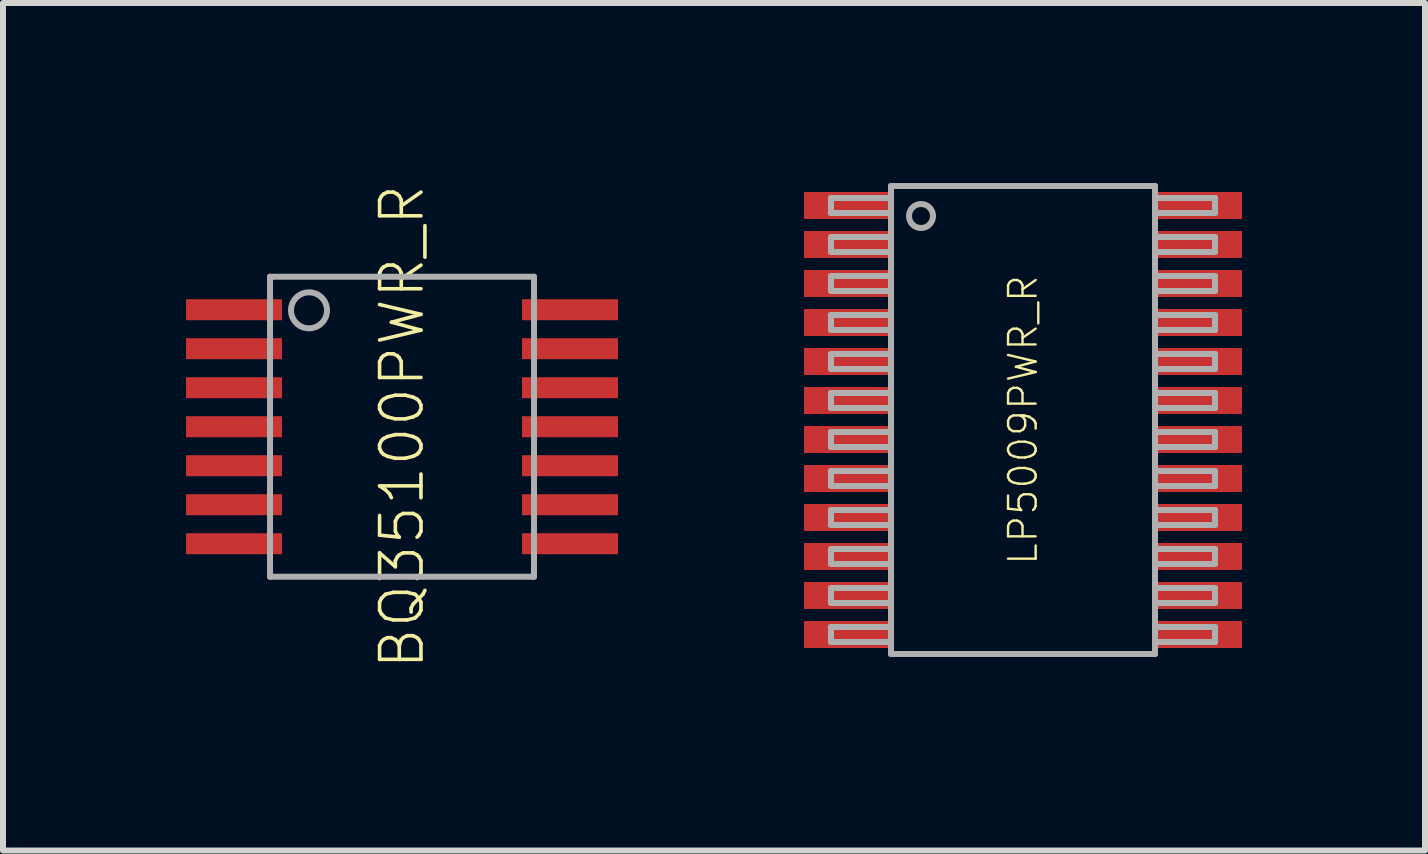
<source format=kicad_pcb>
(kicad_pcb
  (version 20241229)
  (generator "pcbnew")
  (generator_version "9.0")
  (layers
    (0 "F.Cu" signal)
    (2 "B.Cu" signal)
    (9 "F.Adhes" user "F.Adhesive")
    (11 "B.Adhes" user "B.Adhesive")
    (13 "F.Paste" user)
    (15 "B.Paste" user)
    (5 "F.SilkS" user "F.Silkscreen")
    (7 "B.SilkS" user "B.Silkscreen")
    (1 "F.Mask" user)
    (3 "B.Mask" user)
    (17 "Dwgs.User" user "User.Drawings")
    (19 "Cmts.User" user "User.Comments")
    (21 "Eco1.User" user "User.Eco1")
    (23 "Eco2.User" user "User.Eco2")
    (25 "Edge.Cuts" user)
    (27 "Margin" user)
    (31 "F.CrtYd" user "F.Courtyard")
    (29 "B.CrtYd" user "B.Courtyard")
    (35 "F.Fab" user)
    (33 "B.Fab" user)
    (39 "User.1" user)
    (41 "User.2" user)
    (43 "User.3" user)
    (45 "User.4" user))
  (footprint "LP5009PWR_R"
    (layer "F.Cu")
    (at 14 3.95)
    (property "Reference" "LP5009PWR_R" (at 0 0 90) (unlocked yes) (layer "F.SilkS") (effects (font (size 0.46 0.46) (thickness 0.04))))
    (fp_poly (pts (xy -3.7 -3.3) (xy -2.1 -3.3) (xy -2.1 -3.85) (xy -3.7 -3.85)) (stroke (width 0) (type default)) (fill yes) (layer "F.Mask"))
    (fp_poly (pts (xy -3.7 -2.65) (xy -2.1 -2.65) (xy -2.1 -3.2) (xy -3.7 -3.2)) (stroke (width 0) (type default)) (fill yes) (layer "F.Mask"))
    (fp_poly (pts (xy -3.7 -2) (xy -2.1 -2) (xy -2.1 -2.55) (xy -3.7 -2.55)) (stroke (width 0) (type default)) (fill yes) (layer "F.Mask"))
    (fp_poly (pts (xy -3.7 -1.35) (xy -2.1 -1.35) (xy -2.1 -1.9) (xy -3.7 -1.9)) (stroke (width 0) (type default)) (fill yes) (layer "F.Mask"))
    (fp_poly (pts (xy -3.7 -0.7) (xy -2.1 -0.7) (xy -2.1 -1.25) (xy -3.7 -1.25)) (stroke (width 0) (type default)) (fill yes) (layer "F.Mask"))
    (fp_poly (pts (xy -3.7 -0.05) (xy -2.1 -0.05) (xy -2.1 -0.6) (xy -3.7 -0.6)) (stroke (width 0) (type default)) (fill yes) (layer "F.Mask"))
    (fp_poly (pts (xy -3.7 0.6) (xy -2.1 0.6) (xy -2.1 0.05) (xy -3.7 0.05)) (stroke (width 0) (type default)) (fill yes) (layer "F.Mask"))
    (fp_poly (pts (xy -3.7 1.25) (xy -2.1 1.25) (xy -2.1 0.7) (xy -3.7 0.7)) (stroke (width 0) (type default)) (fill yes) (layer "F.Mask"))
    (fp_poly (pts (xy -3.7 1.9) (xy -2.1 1.9) (xy -2.1 1.35) (xy -3.7 1.35)) (stroke (width 0) (type default)) (fill yes) (layer "F.Mask"))
    (fp_poly (pts (xy -3.7 2.55) (xy -2.1 2.55) (xy -2.1 2) (xy -3.7 2)) (stroke (width 0) (type default)) (fill yes) (layer "F.Mask"))
    (fp_poly (pts (xy -3.7 3.2) (xy -2.1 3.2) (xy -2.1 2.65) (xy -3.7 2.65)) (stroke (width 0) (type default)) (fill yes) (layer "F.Mask"))
    (fp_poly (pts (xy -3.7 3.85) (xy -2.1 3.85) (xy -2.1 3.3) (xy -3.7 3.3)) (stroke (width 0) (type default)) (fill yes) (layer "F.Mask"))
    (fp_poly (pts (xy 3.7 -3.85) (xy 2.1 -3.85) (xy 2.1 -3.3) (xy 3.7 -3.3)) (stroke (width 0) (type default)) (fill yes) (layer "F.Mask"))
    (fp_poly (pts (xy 3.7 -3.2) (xy 2.1 -3.2) (xy 2.1 -2.65) (xy 3.7 -2.65)) (stroke (width 0) (type default)) (fill yes) (layer "F.Mask"))
    (fp_poly (pts (xy 3.7 -2.55) (xy 2.1 -2.55) (xy 2.1 -2) (xy 3.7 -2)) (stroke (width 0) (type default)) (fill yes) (layer "F.Mask"))
    (fp_poly (pts (xy 3.7 -1.9) (xy 2.1 -1.9) (xy 2.1 -1.35) (xy 3.7 -1.35)) (stroke (width 0) (type default)) (fill yes) (layer "F.Mask"))
    (fp_poly (pts (xy 3.7 -1.25) (xy 2.1 -1.25) (xy 2.1 -0.7) (xy 3.7 -0.7)) (stroke (width 0) (type default)) (fill yes) (layer "F.Mask"))
    (fp_poly (pts (xy 3.7 -0.6) (xy 2.1 -0.6) (xy 2.1 -0.05) (xy 3.7 -0.05)) (stroke (width 0) (type default)) (fill yes) (layer "F.Mask"))
    (fp_poly (pts (xy 3.7 0.05) (xy 2.1 0.05) (xy 2.1 0.6) (xy 3.7 0.6)) (stroke (width 0) (type default)) (fill yes) (layer "F.Mask"))
    (fp_poly (pts (xy 3.7 0.7) (xy 2.1 0.7) (xy 2.1 1.25) (xy 3.7 1.25)) (stroke (width 0) (type default)) (fill yes) (layer "F.Mask"))
    (fp_poly (pts (xy 3.7 1.35) (xy 2.1 1.35) (xy 2.1 1.9) (xy 3.7 1.9)) (stroke (width 0) (type default)) (fill yes) (layer "F.Mask"))
    (fp_poly (pts (xy 3.7 2) (xy 2.1 2) (xy 2.1 2.55) (xy 3.7 2.55)) (stroke (width 0) (type default)) (fill yes) (layer "F.Mask"))
    (fp_poly (pts (xy 3.7 2.65) (xy 2.1 2.65) (xy 2.1 3.2) (xy 3.7 3.2)) (stroke (width 0) (type default)) (fill yes) (layer "F.Mask"))
    (fp_poly (pts (xy 3.7 3.3) (xy 2.1 3.3) (xy 2.1 3.85) (xy 3.7 3.85)) (stroke (width 0) (type default)) (fill yes) (layer "F.Mask"))
    (fp_poly (pts (xy -2.15 -3.35) (xy -3.65 -3.35) (xy -3.65 -3.8) (xy -2.15 -3.8)) (stroke (width 0) (type default)) (fill yes) (layer "F.Paste"))
    (fp_poly (pts (xy -2.15 -2.7) (xy -3.65 -2.7) (xy -3.65 -3.15) (xy -2.15 -3.15)) (stroke (width 0) (type default)) (fill yes) (layer "F.Paste"))
    (fp_poly (pts (xy -2.15 -2.05) (xy -3.65 -2.05) (xy -3.65 -2.5) (xy -2.15 -2.5)) (stroke (width 0) (type default)) (fill yes) (layer "F.Paste"))
    (fp_poly (pts (xy -2.15 -1.4) (xy -3.65 -1.4) (xy -3.65 -1.85) (xy -2.15 -1.85)) (stroke (width 0) (type default)) (fill yes) (layer "F.Paste"))
    (fp_poly (pts (xy -2.15 -0.75) (xy -3.65 -0.75) (xy -3.65 -1.2) (xy -2.15 -1.2)) (stroke (width 0) (type default)) (fill yes) (layer "F.Paste"))
    (fp_poly (pts (xy -2.15 -0.1) (xy -3.65 -0.1) (xy -3.65 -0.55) (xy -2.15 -0.55)) (stroke (width 0) (type default)) (fill yes) (layer "F.Paste"))
    (fp_poly (pts (xy -2.15 0.55) (xy -3.65 0.55) (xy -3.65 0.1) (xy -2.15 0.1)) (stroke (width 0) (type default)) (fill yes) (layer "F.Paste"))
    (fp_poly (pts (xy -2.15 1.2) (xy -3.65 1.2) (xy -3.65 0.75) (xy -2.15 0.75)) (stroke (width 0) (type default)) (fill yes) (layer "F.Paste"))
    (fp_poly (pts (xy -2.15 1.85) (xy -3.65 1.85) (xy -3.65 1.4) (xy -2.15 1.4)) (stroke (width 0) (type default)) (fill yes) (layer "F.Paste"))
    (fp_poly (pts (xy -2.15 2.5) (xy -3.65 2.5) (xy -3.65 2.05) (xy -2.15 2.05)) (stroke (width 0) (type default)) (fill yes) (layer "F.Paste"))
    (fp_poly (pts (xy -2.15 3.15) (xy -3.65 3.15) (xy -3.65 2.7) (xy -2.15 2.7)) (stroke (width 0) (type default)) (fill yes) (layer "F.Paste"))
    (fp_poly (pts (xy -2.15 3.8) (xy -3.65 3.8) (xy -3.65 3.35) (xy -2.15 3.35)) (stroke (width 0) (type default)) (fill yes) (layer "F.Paste"))
    (fp_poly (pts (xy 3.65 -3.35) (xy 2.15 -3.35) (xy 2.15 -3.8) (xy 3.65 -3.8)) (stroke (width 0) (type default)) (fill yes) (layer "F.Paste"))
    (fp_poly (pts (xy 3.65 -2.7) (xy 2.15 -2.7) (xy 2.15 -3.15) (xy 3.65 -3.15)) (stroke (width 0) (type default)) (fill yes) (layer "F.Paste"))
    (fp_poly (pts (xy 3.65 -2.05) (xy 2.15 -2.05) (xy 2.15 -2.5) (xy 3.65 -2.5)) (stroke (width 0) (type default)) (fill yes) (layer "F.Paste"))
    (fp_poly (pts (xy 3.65 -1.4) (xy 2.15 -1.4) (xy 2.15 -1.85) (xy 3.65 -1.85)) (stroke (width 0) (type default)) (fill yes) (layer "F.Paste"))
    (fp_poly (pts (xy 3.65 -0.75) (xy 2.15 -0.75) (xy 2.15 -1.2) (xy 3.65 -1.2)) (stroke (width 0) (type default)) (fill yes) (layer "F.Paste"))
    (fp_poly (pts (xy 3.65 -0.1) (xy 2.15 -0.1) (xy 2.15 -0.55) (xy 3.65 -0.55)) (stroke (width 0) (type default)) (fill yes) (layer "F.Paste"))
    (fp_poly (pts (xy 3.65 0.55) (xy 2.15 0.55) (xy 2.15 0.1) (xy 3.65 0.1)) (stroke (width 0) (type default)) (fill yes) (layer "F.Paste"))
    (fp_poly (pts (xy 3.65 1.2) (xy 2.15 1.2) (xy 2.15 0.75) (xy 3.65 0.75)) (stroke (width 0) (type default)) (fill yes) (layer "F.Paste"))
    (fp_poly (pts (xy 3.65 1.85) (xy 2.15 1.85) (xy 2.15 1.4) (xy 3.65 1.4)) (stroke (width 0) (type default)) (fill yes) (layer "F.Paste"))
    (fp_poly (pts (xy 3.65 2.5) (xy 2.15 2.5) (xy 2.15 2.05) (xy 3.65 2.05)) (stroke (width 0) (type default)) (fill yes) (layer "F.Paste"))
    (fp_poly (pts (xy 3.65 3.15) (xy 2.15 3.15) (xy 2.15 2.7) (xy 3.65 2.7)) (stroke (width 0) (type default)) (fill yes) (layer "F.Paste"))
    (fp_poly (pts (xy 3.65 3.8) (xy 2.15 3.8) (xy 2.15 3.35) (xy 3.65 3.35)) (stroke (width 0) (type default)) (fill yes) (layer "F.Paste"))
    (fp_line (start -3.2 -3.7) (end -3.2 -3.45) (stroke (width 0.1) (type solid)) (layer "F.Fab"))
    (fp_line (start -3.2 -3.45) (end -2.2 -3.45) (stroke (width 0.1) (type solid)) (layer "F.Fab"))
    (fp_line (start -3.2 -3.05) (end -3.2 -2.8) (stroke (width 0.1) (type solid)) (layer "F.Fab"))
    (fp_line (start -3.2 -2.8) (end -2.2 -2.8) (stroke (width 0.1) (type solid)) (layer "F.Fab"))
    (fp_line (start -3.2 -2.4) (end -3.2 -2.15) (stroke (width 0.1) (type solid)) (layer "F.Fab"))
    (fp_line (start -3.2 -2.15) (end -2.2 -2.15) (stroke (width 0.1) (type solid)) (layer "F.Fab"))
    (fp_line (start -3.2 -1.75) (end -3.2 -1.5) (stroke (width 0.1) (type solid)) (layer "F.Fab"))
    (fp_line (start -3.2 -1.5) (end -2.2 -1.5) (stroke (width 0.1) (type solid)) (layer "F.Fab"))
    (fp_line (start -3.2 -1.1) (end -3.2 -0.85) (stroke (width 0.1) (type solid)) (layer "F.Fab"))
    (fp_line (start -3.2 -0.85) (end -2.2 -0.85) (stroke (width 0.1) (type solid)) (layer "F.Fab"))
    (fp_line (start -3.2 -0.45) (end -3.2 -0.2) (stroke (width 0.1) (type solid)) (layer "F.Fab"))
    (fp_line (start -3.2 -0.2) (end -2.2 -0.2) (stroke (width 0.1) (type solid)) (layer "F.Fab"))
    (fp_line (start -3.2 0.2) (end -3.2 0.45) (stroke (width 0.1) (type solid)) (layer "F.Fab"))
    (fp_line (start -3.2 0.45) (end -2.2 0.45) (stroke (width 0.1) (type solid)) (layer "F.Fab"))
    (fp_line (start -3.2 0.85) (end -3.2 1.1) (stroke (width 0.1) (type solid)) (layer "F.Fab"))
    (fp_line (start -3.2 1.1) (end -2.2 1.1) (stroke (width 0.1) (type solid)) (layer "F.Fab"))
    (fp_line (start -3.2 1.5) (end -3.2 1.75) (stroke (width 0.1) (type solid)) (layer "F.Fab"))
    (fp_line (start -3.2 1.75) (end -2.2 1.75) (stroke (width 0.1) (type solid)) (layer "F.Fab"))
    (fp_line (start -3.2 2.15) (end -3.2 2.4) (stroke (width 0.1) (type solid)) (layer "F.Fab"))
    (fp_line (start -3.2 2.4) (end -2.2 2.4) (stroke (width 0.1) (type solid)) (layer "F.Fab"))
    (fp_line (start -3.2 2.8) (end -3.2 3.05) (stroke (width 0.1) (type solid)) (layer "F.Fab"))
    (fp_line (start -3.2 3.05) (end -2.2 3.05) (stroke (width 0.1) (type solid)) (layer "F.Fab"))
    (fp_line (start -3.2 3.45) (end -3.2 3.7) (stroke (width 0.1) (type solid)) (layer "F.Fab"))
    (fp_line (start -3.2 3.7) (end -2.2 3.7) (stroke (width 0.1) (type solid)) (layer "F.Fab"))
    (fp_line (start -2.2 -3.9) (end -2.2 -3.7) (stroke (width 0.1) (type solid)) (layer "F.Fab"))
    (fp_line (start -2.2 -3.7) (end -3.2 -3.7) (stroke (width 0.1) (type solid)) (layer "F.Fab"))
    (fp_line (start -2.2 -3.7) (end -2.2 -3.45) (stroke (width 0.1) (type solid)) (layer "F.Fab"))
    (fp_line (start -2.2 -3.45) (end -2.2 3.9) (stroke (width 0.1) (type solid)) (layer "F.Fab"))
    (fp_line (start -2.2 -3.05) (end -3.2 -3.05) (stroke (width 0.1) (type solid)) (layer "F.Fab"))
    (fp_line (start -2.2 -2.4) (end -3.2 -2.4) (stroke (width 0.1) (type solid)) (layer "F.Fab"))
    (fp_line (start -2.2 -1.75) (end -3.2 -1.75) (stroke (width 0.1) (type solid)) (layer "F.Fab"))
    (fp_line (start -2.2 -1.1) (end -3.2 -1.1) (stroke (width 0.1) (type solid)) (layer "F.Fab"))
    (fp_line (start -2.2 -0.45) (end -3.2 -0.45) (stroke (width 0.1) (type solid)) (layer "F.Fab"))
    (fp_line (start -2.2 0.2) (end -3.2 0.2) (stroke (width 0.1) (type solid)) (layer "F.Fab"))
    (fp_line (start -2.2 0.85) (end -3.2 0.85) (stroke (width 0.1) (type solid)) (layer "F.Fab"))
    (fp_line (start -2.2 1.5) (end -3.2 1.5) (stroke (width 0.1) (type solid)) (layer "F.Fab"))
    (fp_line (start -2.2 2.15) (end -3.2 2.15) (stroke (width 0.1) (type solid)) (layer "F.Fab"))
    (fp_line (start -2.2 2.8) (end -3.2 2.8) (stroke (width 0.1) (type solid)) (layer "F.Fab"))
    (fp_line (start -2.2 3.45) (end -3.2 3.45) (stroke (width 0.1) (type solid)) (layer "F.Fab"))
    (fp_line (start -2.2 3.9) (end 2.2 3.9) (stroke (width 0.1) (type solid)) (layer "F.Fab"))
    (fp_line (start 2.2 -3.9) (end -2.2 -3.9) (stroke (width 0.1) (type solid)) (layer "F.Fab"))
    (fp_line (start 2.2 -3.45) (end 3.2 -3.45) (stroke (width 0.1) (type solid)) (layer "F.Fab"))
    (fp_line (start 2.2 -2.8) (end 3.2 -2.8) (stroke (width 0.1) (type solid)) (layer "F.Fab"))
    (fp_line (start 2.2 -2.15) (end 3.2 -2.15) (stroke (width 0.1) (type solid)) (layer "F.Fab"))
    (fp_line (start 2.2 -1.5) (end 3.2 -1.5) (stroke (width 0.1) (type solid)) (layer "F.Fab"))
    (fp_line (start 2.2 -0.85) (end 3.2 -0.85) (stroke (width 0.1) (type solid)) (layer "F.Fab"))
    (fp_line (start 2.2 -0.2) (end 3.2 -0.2) (stroke (width 0.1) (type solid)) (layer "F.Fab"))
    (fp_line (start 2.2 0.45) (end 3.2 0.45) (stroke (width 0.1) (type solid)) (layer "F.Fab"))
    (fp_line (start 2.2 1.1) (end 3.2 1.1) (stroke (width 0.1) (type solid)) (layer "F.Fab"))
    (fp_line (start 2.2 1.75) (end 3.2 1.75) (stroke (width 0.1) (type solid)) (layer "F.Fab"))
    (fp_line (start 2.2 2.4) (end 3.2 2.4) (stroke (width 0.1) (type solid)) (layer "F.Fab"))
    (fp_line (start 2.2 3.05) (end 3.2 3.05) (stroke (width 0.1) (type solid)) (layer "F.Fab"))
    (fp_line (start 2.2 3.7) (end 3.2 3.7) (stroke (width 0.1) (type solid)) (layer "F.Fab"))
    (fp_line (start 2.2 3.9) (end 2.2 -3.9) (stroke (width 0.1) (type solid)) (layer "F.Fab"))
    (fp_line (start 3.2 -3.7) (end 2.2 -3.7) (stroke (width 0.1) (type solid)) (layer "F.Fab"))
    (fp_line (start 3.2 -3.45) (end 3.2 -3.7) (stroke (width 0.1) (type solid)) (layer "F.Fab"))
    (fp_line (start 3.2 -3.05) (end 2.2 -3.05) (stroke (width 0.1) (type solid)) (layer "F.Fab"))
    (fp_line (start 3.2 -2.8) (end 3.2 -3.05) (stroke (width 0.1) (type solid)) (layer "F.Fab"))
    (fp_line (start 3.2 -2.4) (end 2.2 -2.4) (stroke (width 0.1) (type solid)) (layer "F.Fab"))
    (fp_line (start 3.2 -2.15) (end 3.2 -2.4) (stroke (width 0.1) (type solid)) (layer "F.Fab"))
    (fp_line (start 3.2 -1.75) (end 2.2 -1.75) (stroke (width 0.1) (type solid)) (layer "F.Fab"))
    (fp_line (start 3.2 -1.5) (end 3.2 -1.75) (stroke (width 0.1) (type solid)) (layer "F.Fab"))
    (fp_line (start 3.2 -1.1) (end 2.2 -1.1) (stroke (width 0.1) (type solid)) (layer "F.Fab"))
    (fp_line (start 3.2 -0.85) (end 3.2 -1.1) (stroke (width 0.1) (type solid)) (layer "F.Fab"))
    (fp_line (start 3.2 -0.45) (end 2.2 -0.45) (stroke (width 0.1) (type solid)) (layer "F.Fab"))
    (fp_line (start 3.2 -0.2) (end 3.2 -0.45) (stroke (width 0.1) (type solid)) (layer "F.Fab"))
    (fp_line (start 3.2 0.2) (end 2.2 0.2) (stroke (width 0.1) (type solid)) (layer "F.Fab"))
    (fp_line (start 3.2 0.45) (end 3.2 0.2) (stroke (width 0.1) (type solid)) (layer "F.Fab"))
    (fp_line (start 3.2 0.85) (end 2.2 0.85) (stroke (width 0.1) (type solid)) (layer "F.Fab"))
    (fp_line (start 3.2 1.1) (end 3.2 0.85) (stroke (width 0.1) (type solid)) (layer "F.Fab"))
    (fp_line (start 3.2 1.5) (end 2.2 1.5) (stroke (width 0.1) (type solid)) (layer "F.Fab"))
    (fp_line (start 3.2 1.75) (end 3.2 1.5) (stroke (width 0.1) (type solid)) (layer "F.Fab"))
    (fp_line (start 3.2 2.15) (end 2.2 2.15) (stroke (width 0.1) (type solid)) (layer "F.Fab"))
    (fp_line (start 3.2 2.4) (end 3.2 2.15) (stroke (width 0.1) (type solid)) (layer "F.Fab"))
    (fp_line (start 3.2 2.8) (end 2.2 2.8) (stroke (width 0.1) (type solid)) (layer "F.Fab"))
    (fp_line (start 3.2 3.05) (end 3.2 2.8) (stroke (width 0.1) (type solid)) (layer "F.Fab"))
    (fp_line (start 3.2 3.45) (end 2.2 3.45) (stroke (width 0.1) (type solid)) (layer "F.Fab"))
    (fp_line (start 3.2 3.7) (end 3.2 3.45) (stroke (width 0.1) (type solid)) (layer "F.Fab"))
    (fp_circle (center -1.7 -3.4) (end -1.5 -3.4) (stroke (width 0.1) (type solid)) (fill no) (layer "F.Fab"))
    (pad "1" smd rect (at -2.9 -3.575) (size 1.5 0.45) (layers "F.Cu"))
    (pad "2" smd rect (at -2.9 -2.925) (size 1.5 0.45) (layers "F.Cu"))
    (pad "3" smd rect (at -2.9 -2.275) (size 1.5 0.45) (layers "F.Cu"))
    (pad "4" smd rect (at -2.9 -1.625) (size 1.5 0.45) (layers "F.Cu"))
    (pad "5" smd rect (at -2.9 -0.975) (size 1.5 0.45) (layers "F.Cu"))
    (pad "6" smd rect (at -2.9 -0.325) (size 1.5 0.45) (layers "F.Cu"))
    (pad "7" smd rect (at -2.9 0.325) (size 1.5 0.45) (layers "F.Cu"))
    (pad "8" smd rect (at -2.9 0.975) (size 1.5 0.45) (layers "F.Cu"))
    (pad "9" smd rect (at -2.9 1.625) (size 1.5 0.45) (layers "F.Cu"))
    (pad "10" smd rect (at -2.9 2.275) (size 1.5 0.45) (layers "F.Cu"))
    (pad "11" smd rect (at -2.9 2.925) (size 1.5 0.45) (layers "F.Cu"))
    (pad "12" smd rect (at -2.9 3.575) (size 1.5 0.45) (layers "F.Cu"))
    (pad "13" smd rect (at 2.9 3.575 180) (size 1.5 0.45) (layers "F.Cu"))
    (pad "14" smd rect (at 2.9 2.925 180) (size 1.5 0.45) (layers "F.Cu"))
    (pad "15" smd rect (at 2.9 2.275 180) (size 1.5 0.45) (layers "F.Cu"))
    (pad "16" smd rect (at 2.9 1.625 180) (size 1.5 0.45) (layers "F.Cu"))
    (pad "17" smd rect (at 2.9 0.975 180) (size 1.5 0.45) (layers "F.Cu"))
    (pad "18" smd rect (at 2.9 0.325 180) (size 1.5 0.45) (layers "F.Cu"))
    (pad "19" smd rect (at 2.9 -0.325 180) (size 1.5 0.45) (layers "F.Cu"))
    (pad "20" smd rect (at 2.9 -0.975 180) (size 1.5 0.45) (layers "F.Cu"))
    (pad "21" smd rect (at 2.9 -1.625 180) (size 1.5 0.45) (layers "F.Cu"))
    (pad "22" smd rect (at 2.9 -2.275 180) (size 1.5 0.45) (layers "F.Cu"))
    (pad "23" smd rect (at 2.9 -2.925 180) (size 1.5 0.45) (layers "F.Cu"))
    (pad "24" smd rect (at 2.9 -3.575 180) (size 1.5 0.45) (layers "F.Cu")))
  (footprint "BQ35100PWR_R"
    (layer "F.Cu")
    (at 3.65 4.062)
    (property "Reference" "BQ35100PWR_R" (at 0 0 90) (unlocked yes) (layer "F.SilkS") (effects (font (size 0.69 0.69) (thickness 0.06))))
    (fp_poly (pts (xy -3.65 -1.725) (xy -1.95 -1.725) (xy -1.95 -2.175) (xy -3.65 -2.175)) (stroke (width 0) (type default)) (fill yes) (layer "F.Mask"))
    (fp_poly (pts (xy -3.65 -1.075) (xy -1.95 -1.075) (xy -1.95 -1.525) (xy -3.65 -1.525)) (stroke (width 0) (type default)) (fill yes) (layer "F.Mask"))
    (fp_poly (pts (xy -3.65 -0.425) (xy -1.95 -0.425) (xy -1.95 -0.875) (xy -3.65 -0.875)) (stroke (width 0) (type default)) (fill yes) (layer "F.Mask"))
    (fp_poly (pts (xy -3.65 0.225) (xy -1.95 0.225) (xy -1.95 -0.225) (xy -3.65 -0.225)) (stroke (width 0) (type default)) (fill yes) (layer "F.Mask"))
    (fp_poly (pts (xy -3.65 0.875) (xy -1.95 0.875) (xy -1.95 0.425) (xy -3.65 0.425)) (stroke (width 0) (type default)) (fill yes) (layer "F.Mask"))
    (fp_poly (pts (xy -3.65 1.525) (xy -1.95 1.525) (xy -1.95 1.075) (xy -3.65 1.075)) (stroke (width 0) (type default)) (fill yes) (layer "F.Mask"))
    (fp_poly (pts (xy -3.65 2.175) (xy -1.95 2.175) (xy -1.95 1.725) (xy -3.65 1.725)) (stroke (width 0) (type default)) (fill yes) (layer "F.Mask"))
    (fp_poly (pts (xy 1.95 -1.725) (xy 3.65 -1.725) (xy 3.65 -2.175) (xy 1.95 -2.175)) (stroke (width 0) (type default)) (fill yes) (layer "F.Mask"))
    (fp_poly (pts (xy 1.95 -1.075) (xy 3.65 -1.075) (xy 3.65 -1.525) (xy 1.95 -1.525)) (stroke (width 0) (type default)) (fill yes) (layer "F.Mask"))
    (fp_poly (pts (xy 1.95 -0.425) (xy 3.65 -0.425) (xy 3.65 -0.875) (xy 1.95 -0.875)) (stroke (width 0) (type default)) (fill yes) (layer "F.Mask"))
    (fp_poly (pts (xy 1.95 0.225) (xy 3.65 0.225) (xy 3.65 -0.225) (xy 1.95 -0.225)) (stroke (width 0) (type default)) (fill yes) (layer "F.Mask"))
    (fp_poly (pts (xy 1.95 0.875) (xy 3.65 0.875) (xy 3.65 0.425) (xy 1.95 0.425)) (stroke (width 0) (type default)) (fill yes) (layer "F.Mask"))
    (fp_poly (pts (xy 1.95 1.525) (xy 3.65 1.525) (xy 3.65 1.075) (xy 1.95 1.075)) (stroke (width 0) (type default)) (fill yes) (layer "F.Mask"))
    (fp_poly (pts (xy 1.95 2.175) (xy 3.65 2.175) (xy 3.65 1.725) (xy 1.95 1.725)) (stroke (width 0) (type default)) (fill yes) (layer "F.Mask"))
    (fp_line (start -2.2 -2.5) (end -2.2 2.5) (stroke (width 0.1) (type solid)) (layer "F.Fab"))
    (fp_line (start -2.2 2.5) (end 2.2 2.5) (stroke (width 0.1) (type solid)) (layer "F.Fab"))
    (fp_line (start 2.2 -2.5) (end -2.2 -2.5) (stroke (width 0.1) (type solid)) (layer "F.Fab"))
    (fp_line (start 2.2 2.5) (end 2.2 -2.5) (stroke (width 0.1) (type solid)) (layer "F.Fab"))
    (fp_circle (center -1.55 -1.94) (end -1.25 -1.94) (stroke (width 0.1) (type solid)) (fill no) (layer "F.Fab"))
    (pad "1" smd rect (at -2.8 -1.95) (size 1.6 0.35) (layers "F.Cu" "F.Paste"))
    (pad "2" smd rect (at -2.8 -1.3) (size 1.6 0.35) (layers "F.Cu" "F.Paste"))
    (pad "3" smd rect (at -2.8 -0.65) (size 1.6 0.35) (layers "F.Cu" "F.Paste"))
    (pad "4" smd rect (at -2.8 0) (size 1.6 0.35) (layers "F.Cu" "F.Paste"))
    (pad "5" smd rect (at -2.8 0.65) (size 1.6 0.35) (layers "F.Cu" "F.Paste"))
    (pad "6" smd rect (at -2.8 1.3) (size 1.6 0.35) (layers "F.Cu" "F.Paste"))
    (pad "7" smd rect (at -2.8 1.95) (size 1.6 0.35) (layers "F.Cu" "F.Paste"))
    (pad "8" smd rect (at 2.8 1.95) (size 1.6 0.35) (layers "F.Cu" "F.Paste"))
    (pad "9" smd rect (at 2.8 1.3) (size 1.6 0.35) (layers "F.Cu" "F.Paste"))
    (pad "10" smd rect (at 2.8 0.65) (size 1.6 0.35) (layers "F.Cu" "F.Paste"))
    (pad "11" smd rect (at 2.8 0) (size 1.6 0.35) (layers "F.Cu" "F.Paste"))
    (pad "12" smd rect (at 2.8 -0.65) (size 1.6 0.35) (layers "F.Cu" "F.Paste"))
    (pad "13" smd rect (at 2.8 -1.3) (size 1.6 0.35) (layers "F.Cu" "F.Paste"))
    (pad "14" smd rect (at 2.8 -1.95) (size 1.6 0.35) (layers "F.Cu" "F.Paste")))
  (gr_rect
    (start -3 -3)
    (end 20.7 11.125)
    (stroke (width 0.1) (type default))
    (fill no)
    (layer "Edge.Cuts")))
</source>
